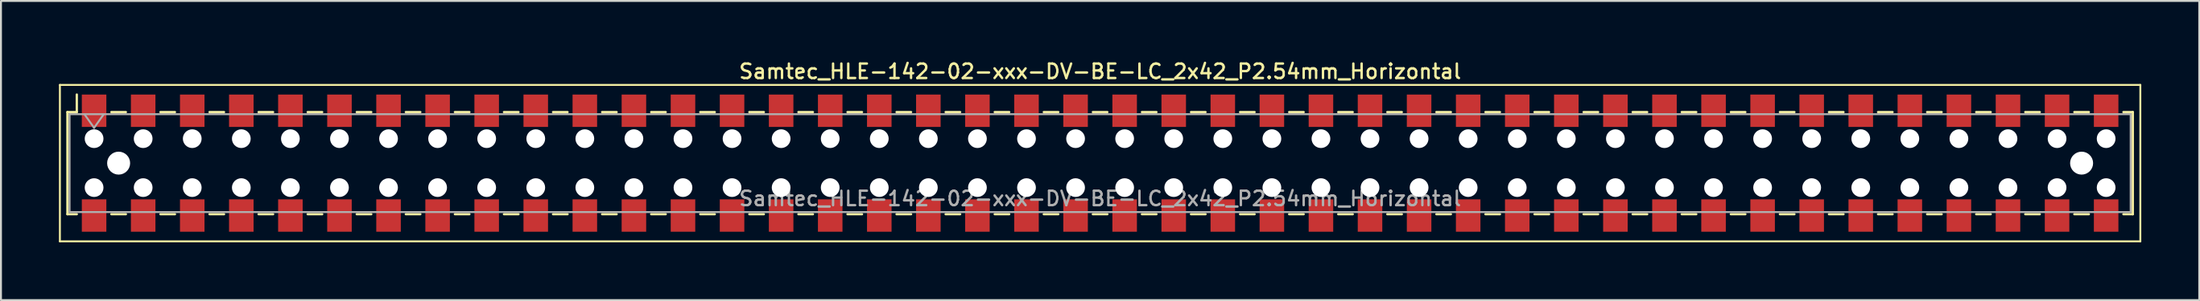
<source format=kicad_pcb>
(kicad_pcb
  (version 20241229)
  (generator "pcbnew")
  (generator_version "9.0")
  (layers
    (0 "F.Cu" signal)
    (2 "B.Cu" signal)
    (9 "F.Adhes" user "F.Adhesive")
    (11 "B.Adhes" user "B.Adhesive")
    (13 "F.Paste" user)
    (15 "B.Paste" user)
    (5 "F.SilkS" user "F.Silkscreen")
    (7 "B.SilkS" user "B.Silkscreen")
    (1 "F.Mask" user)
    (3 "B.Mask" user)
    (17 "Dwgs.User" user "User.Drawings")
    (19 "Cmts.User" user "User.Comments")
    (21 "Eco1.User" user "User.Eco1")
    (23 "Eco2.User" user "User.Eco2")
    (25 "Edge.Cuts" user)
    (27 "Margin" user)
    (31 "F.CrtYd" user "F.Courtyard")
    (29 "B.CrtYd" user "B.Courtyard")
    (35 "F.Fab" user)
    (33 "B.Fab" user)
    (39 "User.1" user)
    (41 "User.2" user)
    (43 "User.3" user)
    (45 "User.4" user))
  (footprint "Samtec_HLE-142-02-xxx-DV-BE-LC_2x42_P2.54mm_Horizontal"
    (layer "F.Cu")
    (at 53.89 5.418)
    (property "Reference" "Samtec_HLE-142-02-xxx-DV-BE-LC_2x42_P2.54mm_Horizontal" (at 0 -4.76 0) (layer "F.SilkS") (effects (font (size 0.75 0.75) (thickness 0.125))))
    (attr smd)
    (fp_line (start -53.84 -4.06) (end 53.84 -4.06) (stroke (width 0.1) (type solid)) (layer "F.SilkS"))
    (fp_line (start -53.84 4.06) (end -53.84 -4.06) (stroke (width 0.1) (type solid)) (layer "F.SilkS"))
    (fp_line (start -53.45 -2.65) (end -53.45 2.65) (stroke (width 0.12) (type solid)) (layer "F.SilkS"))
    (fp_line (start -53.45 2.65) (end -52.965 2.65) (stroke (width 0.12) (type solid)) (layer "F.SilkS"))
    (fp_line (start -52.965 -3.56) (end -52.965 -2.65) (stroke (width 0.12) (type solid)) (layer "F.SilkS"))
    (fp_line (start -52.965 -2.65) (end -53.45 -2.65) (stroke (width 0.12) (type solid)) (layer "F.SilkS"))
    (fp_line (start -51.175 -2.65) (end -50.425 -2.65) (stroke (width 0.12) (type solid)) (layer "F.SilkS"))
    (fp_line (start -51.175 2.65) (end -50.425 2.65) (stroke (width 0.12) (type solid)) (layer "F.SilkS"))
    (fp_line (start -48.635 -2.65) (end -47.885 -2.65) (stroke (width 0.12) (type solid)) (layer "F.SilkS"))
    (fp_line (start -48.635 2.65) (end -47.885 2.65) (stroke (width 0.12) (type solid)) (layer "F.SilkS"))
    (fp_line (start -46.095 -2.65) (end -45.345 -2.65) (stroke (width 0.12) (type solid)) (layer "F.SilkS"))
    (fp_line (start -46.095 2.65) (end -45.345 2.65) (stroke (width 0.12) (type solid)) (layer "F.SilkS"))
    (fp_line (start -43.555 -2.65) (end -42.805 -2.65) (stroke (width 0.12) (type solid)) (layer "F.SilkS"))
    (fp_line (start -43.555 2.65) (end -42.805 2.65) (stroke (width 0.12) (type solid)) (layer "F.SilkS"))
    (fp_line (start -41.015 -2.65) (end -40.265 -2.65) (stroke (width 0.12) (type solid)) (layer "F.SilkS"))
    (fp_line (start -41.015 2.65) (end -40.265 2.65) (stroke (width 0.12) (type solid)) (layer "F.SilkS"))
    (fp_line (start -38.475 -2.65) (end -37.725 -2.65) (stroke (width 0.12) (type solid)) (layer "F.SilkS"))
    (fp_line (start -38.475 2.65) (end -37.725 2.65) (stroke (width 0.12) (type solid)) (layer "F.SilkS"))
    (fp_line (start -35.935 -2.65) (end -35.185 -2.65) (stroke (width 0.12) (type solid)) (layer "F.SilkS"))
    (fp_line (start -35.935 2.65) (end -35.185 2.65) (stroke (width 0.12) (type solid)) (layer "F.SilkS"))
    (fp_line (start -33.395 -2.65) (end -32.645 -2.65) (stroke (width 0.12) (type solid)) (layer "F.SilkS"))
    (fp_line (start -33.395 2.65) (end -32.645 2.65) (stroke (width 0.12) (type solid)) (layer "F.SilkS"))
    (fp_line (start -30.855 -2.65) (end -30.105 -2.65) (stroke (width 0.12) (type solid)) (layer "F.SilkS"))
    (fp_line (start -30.855 2.65) (end -30.105 2.65) (stroke (width 0.12) (type solid)) (layer "F.SilkS"))
    (fp_line (start -28.315 -2.65) (end -27.565 -2.65) (stroke (width 0.12) (type solid)) (layer "F.SilkS"))
    (fp_line (start -28.315 2.65) (end -27.565 2.65) (stroke (width 0.12) (type solid)) (layer "F.SilkS"))
    (fp_line (start -25.775 -2.65) (end -25.025 -2.65) (stroke (width 0.12) (type solid)) (layer "F.SilkS"))
    (fp_line (start -25.775 2.65) (end -25.025 2.65) (stroke (width 0.12) (type solid)) (layer "F.SilkS"))
    (fp_line (start -23.235 -2.65) (end -22.485 -2.65) (stroke (width 0.12) (type solid)) (layer "F.SilkS"))
    (fp_line (start -23.235 2.65) (end -22.485 2.65) (stroke (width 0.12) (type solid)) (layer "F.SilkS"))
    (fp_line (start -20.695 -2.65) (end -19.945 -2.65) (stroke (width 0.12) (type solid)) (layer "F.SilkS"))
    (fp_line (start -20.695 2.65) (end -19.945 2.65) (stroke (width 0.12) (type solid)) (layer "F.SilkS"))
    (fp_line (start -18.155 -2.65) (end -17.405 -2.65) (stroke (width 0.12) (type solid)) (layer "F.SilkS"))
    (fp_line (start -18.155 2.65) (end -17.405 2.65) (stroke (width 0.12) (type solid)) (layer "F.SilkS"))
    (fp_line (start -15.615 -2.65) (end -14.865 -2.65) (stroke (width 0.12) (type solid)) (layer "F.SilkS"))
    (fp_line (start -15.615 2.65) (end -14.865 2.65) (stroke (width 0.12) (type solid)) (layer "F.SilkS"))
    (fp_line (start -13.075 -2.65) (end -12.325 -2.65) (stroke (width 0.12) (type solid)) (layer "F.SilkS"))
    (fp_line (start -13.075 2.65) (end -12.325 2.65) (stroke (width 0.12) (type solid)) (layer "F.SilkS"))
    (fp_line (start -10.535 -2.65) (end -9.785 -2.65) (stroke (width 0.12) (type solid)) (layer "F.SilkS"))
    (fp_line (start -10.535 2.65) (end -9.785 2.65) (stroke (width 0.12) (type solid)) (layer "F.SilkS"))
    (fp_line (start -7.995 -2.65) (end -7.245 -2.65) (stroke (width 0.12) (type solid)) (layer "F.SilkS"))
    (fp_line (start -7.995 2.65) (end -7.245 2.65) (stroke (width 0.12) (type solid)) (layer "F.SilkS"))
    (fp_line (start -5.455 -2.65) (end -4.705 -2.65) (stroke (width 0.12) (type solid)) (layer "F.SilkS"))
    (fp_line (start -5.455 2.65) (end -4.705 2.65) (stroke (width 0.12) (type solid)) (layer "F.SilkS"))
    (fp_line (start -2.915 -2.65) (end -2.165 -2.65) (stroke (width 0.12) (type solid)) (layer "F.SilkS"))
    (fp_line (start -2.915 2.65) (end -2.165 2.65) (stroke (width 0.12) (type solid)) (layer "F.SilkS"))
    (fp_line (start -0.375 -2.65) (end 0.375 -2.65) (stroke (width 0.12) (type solid)) (layer "F.SilkS"))
    (fp_line (start -0.375 2.65) (end 0.375 2.65) (stroke (width 0.12) (type solid)) (layer "F.SilkS"))
    (fp_line (start 2.165 -2.65) (end 2.915 -2.65) (stroke (width 0.12) (type solid)) (layer "F.SilkS"))
    (fp_line (start 2.165 2.65) (end 2.915 2.65) (stroke (width 0.12) (type solid)) (layer "F.SilkS"))
    (fp_line (start 4.705 -2.65) (end 5.455 -2.65) (stroke (width 0.12) (type solid)) (layer "F.SilkS"))
    (fp_line (start 4.705 2.65) (end 5.455 2.65) (stroke (width 0.12) (type solid)) (layer "F.SilkS"))
    (fp_line (start 7.245 -2.65) (end 7.995 -2.65) (stroke (width 0.12) (type solid)) (layer "F.SilkS"))
    (fp_line (start 7.245 2.65) (end 7.995 2.65) (stroke (width 0.12) (type solid)) (layer "F.SilkS"))
    (fp_line (start 9.785 -2.65) (end 10.535 -2.65) (stroke (width 0.12) (type solid)) (layer "F.SilkS"))
    (fp_line (start 9.785 2.65) (end 10.535 2.65) (stroke (width 0.12) (type solid)) (layer "F.SilkS"))
    (fp_line (start 12.325 -2.65) (end 13.075 -2.65) (stroke (width 0.12) (type solid)) (layer "F.SilkS"))
    (fp_line (start 12.325 2.65) (end 13.075 2.65) (stroke (width 0.12) (type solid)) (layer "F.SilkS"))
    (fp_line (start 14.865 -2.65) (end 15.615 -2.65) (stroke (width 0.12) (type solid)) (layer "F.SilkS"))
    (fp_line (start 14.865 2.65) (end 15.615 2.65) (stroke (width 0.12) (type solid)) (layer "F.SilkS"))
    (fp_line (start 17.405 -2.65) (end 18.155 -2.65) (stroke (width 0.12) (type solid)) (layer "F.SilkS"))
    (fp_line (start 17.405 2.65) (end 18.155 2.65) (stroke (width 0.12) (type solid)) (layer "F.SilkS"))
    (fp_line (start 19.945 -2.65) (end 20.695 -2.65) (stroke (width 0.12) (type solid)) (layer "F.SilkS"))
    (fp_line (start 19.945 2.65) (end 20.695 2.65) (stroke (width 0.12) (type solid)) (layer "F.SilkS"))
    (fp_line (start 22.485 -2.65) (end 23.235 -2.65) (stroke (width 0.12) (type solid)) (layer "F.SilkS"))
    (fp_line (start 22.485 2.65) (end 23.235 2.65) (stroke (width 0.12) (type solid)) (layer "F.SilkS"))
    (fp_line (start 25.025 -2.65) (end 25.775 -2.65) (stroke (width 0.12) (type solid)) (layer "F.SilkS"))
    (fp_line (start 25.025 2.65) (end 25.775 2.65) (stroke (width 0.12) (type solid)) (layer "F.SilkS"))
    (fp_line (start 27.565 -2.65) (end 28.315 -2.65) (stroke (width 0.12) (type solid)) (layer "F.SilkS"))
    (fp_line (start 27.565 2.65) (end 28.315 2.65) (stroke (width 0.12) (type solid)) (layer "F.SilkS"))
    (fp_line (start 30.105 -2.65) (end 30.855 -2.65) (stroke (width 0.12) (type solid)) (layer "F.SilkS"))
    (fp_line (start 30.105 2.65) (end 30.855 2.65) (stroke (width 0.12) (type solid)) (layer "F.SilkS"))
    (fp_line (start 32.645 -2.65) (end 33.395 -2.65) (stroke (width 0.12) (type solid)) (layer "F.SilkS"))
    (fp_line (start 32.645 2.65) (end 33.395 2.65) (stroke (width 0.12) (type solid)) (layer "F.SilkS"))
    (fp_line (start 35.185 -2.65) (end 35.935 -2.65) (stroke (width 0.12) (type solid)) (layer "F.SilkS"))
    (fp_line (start 35.185 2.65) (end 35.935 2.65) (stroke (width 0.12) (type solid)) (layer "F.SilkS"))
    (fp_line (start 37.725 -2.65) (end 38.475 -2.65) (stroke (width 0.12) (type solid)) (layer "F.SilkS"))
    (fp_line (start 37.725 2.65) (end 38.475 2.65) (stroke (width 0.12) (type solid)) (layer "F.SilkS"))
    (fp_line (start 40.265 -2.65) (end 41.015 -2.65) (stroke (width 0.12) (type solid)) (layer "F.SilkS"))
    (fp_line (start 40.265 2.65) (end 41.015 2.65) (stroke (width 0.12) (type solid)) (layer "F.SilkS"))
    (fp_line (start 42.805 -2.65) (end 43.555 -2.65) (stroke (width 0.12) (type solid)) (layer "F.SilkS"))
    (fp_line (start 42.805 2.65) (end 43.555 2.65) (stroke (width 0.12) (type solid)) (layer "F.SilkS"))
    (fp_line (start 45.345 -2.65) (end 46.095 -2.65) (stroke (width 0.12) (type solid)) (layer "F.SilkS"))
    (fp_line (start 45.345 2.65) (end 46.095 2.65) (stroke (width 0.12) (type solid)) (layer "F.SilkS"))
    (fp_line (start 47.885 -2.65) (end 48.635 -2.65) (stroke (width 0.12) (type solid)) (layer "F.SilkS"))
    (fp_line (start 47.885 2.65) (end 48.635 2.65) (stroke (width 0.12) (type solid)) (layer "F.SilkS"))
    (fp_line (start 50.425 -2.65) (end 51.175 -2.65) (stroke (width 0.12) (type solid)) (layer "F.SilkS"))
    (fp_line (start 50.425 2.65) (end 51.175 2.65) (stroke (width 0.12) (type solid)) (layer "F.SilkS"))
    (fp_line (start 52.965 -2.65) (end 53.45 -2.65) (stroke (width 0.12) (type solid)) (layer "F.SilkS"))
    (fp_line (start 53.45 -2.65) (end 53.45 2.65) (stroke (width 0.12) (type solid)) (layer "F.SilkS"))
    (fp_line (start 53.45 2.65) (end 52.965 2.65) (stroke (width 0.12) (type solid)) (layer "F.SilkS"))
    (fp_line (start 53.84 -4.06) (end 53.84 4.06) (stroke (width 0.1) (type solid)) (layer "F.SilkS"))
    (fp_line (start 53.84 4.06) (end -53.84 4.06) (stroke (width 0.1) (type solid)) (layer "F.SilkS"))
    (fp_line (start -53.34 -2.54) (end 53.34 -2.54) (stroke (width 0.1) (type solid)) (layer "F.Fab"))
    (fp_line (start -53.34 2.54) (end -53.34 -2.54) (stroke (width 0.1) (type solid)) (layer "F.Fab"))
    (fp_line (start -52.57 -2.54) (end -52.07 -1.833) (stroke (width 0.1) (type solid)) (layer "F.Fab"))
    (fp_line (start -52.07 -1.833) (end -51.57 -2.54) (stroke (width 0.1) (type solid)) (layer "F.Fab"))
    (fp_line (start 53.34 -2.54) (end 53.34 2.54) (stroke (width 0.1) (type solid)) (layer "F.Fab"))
    (fp_line (start 53.34 2.54) (end -53.34 2.54) (stroke (width 0.1) (type solid)) (layer "F.Fab"))
    (fp_text user "${REFERENCE}" (at 0 1.84 0) (layer "F.Fab") (effects (font (size 0.75 0.75) (thickness 0.125))))
    (pad "" np_thru_hole circle (at -52.07 -1.27) (size 0.97 0.97) (drill 0.97) (layers "*.Cu" "*.Mask"))
    (pad "" np_thru_hole circle (at -52.07 1.27) (size 0.97 0.97) (drill 0.97) (layers "*.Cu" "*.Mask"))
    (pad "" np_thru_hole circle (at -50.8 0) (size 1.19 1.19) (drill 1.19) (layers "*.Cu" "*.Mask"))
    (pad "" np_thru_hole circle (at -49.53 -1.27) (size 0.97 0.97) (drill 0.97) (layers "*.Cu" "*.Mask"))
    (pad "" np_thru_hole circle (at -49.53 1.27) (size 0.97 0.97) (drill 0.97) (layers "*.Cu" "*.Mask"))
    (pad "" np_thru_hole circle (at -46.99 -1.27) (size 0.97 0.97) (drill 0.97) (layers "*.Cu" "*.Mask"))
    (pad "" np_thru_hole circle (at -46.99 1.27) (size 0.97 0.97) (drill 0.97) (layers "*.Cu" "*.Mask"))
    (pad "" np_thru_hole circle (at -44.45 -1.27) (size 0.97 0.97) (drill 0.97) (layers "*.Cu" "*.Mask"))
    (pad "" np_thru_hole circle (at -44.45 1.27) (size 0.97 0.97) (drill 0.97) (layers "*.Cu" "*.Mask"))
    (pad "" np_thru_hole circle (at -41.91 -1.27) (size 0.97 0.97) (drill 0.97) (layers "*.Cu" "*.Mask"))
    (pad "" np_thru_hole circle (at -41.91 1.27) (size 0.97 0.97) (drill 0.97) (layers "*.Cu" "*.Mask"))
    (pad "" np_thru_hole circle (at -39.37 -1.27) (size 0.97 0.97) (drill 0.97) (layers "*.Cu" "*.Mask"))
    (pad "" np_thru_hole circle (at -39.37 1.27) (size 0.97 0.97) (drill 0.97) (layers "*.Cu" "*.Mask"))
    (pad "" np_thru_hole circle (at -36.83 -1.27) (size 0.97 0.97) (drill 0.97) (layers "*.Cu" "*.Mask"))
    (pad "" np_thru_hole circle (at -36.83 1.27) (size 0.97 0.97) (drill 0.97) (layers "*.Cu" "*.Mask"))
    (pad "" np_thru_hole circle (at -34.29 -1.27) (size 0.97 0.97) (drill 0.97) (layers "*.Cu" "*.Mask"))
    (pad "" np_thru_hole circle (at -34.29 1.27) (size 0.97 0.97) (drill 0.97) (layers "*.Cu" "*.Mask"))
    (pad "" np_thru_hole circle (at -31.75 -1.27) (size 0.97 0.97) (drill 0.97) (layers "*.Cu" "*.Mask"))
    (pad "" np_thru_hole circle (at -31.75 1.27) (size 0.97 0.97) (drill 0.97) (layers "*.Cu" "*.Mask"))
    (pad "" np_thru_hole circle (at -29.21 -1.27) (size 0.97 0.97) (drill 0.97) (layers "*.Cu" "*.Mask"))
    (pad "" np_thru_hole circle (at -29.21 1.27) (size 0.97 0.97) (drill 0.97) (layers "*.Cu" "*.Mask"))
    (pad "" np_thru_hole circle (at -26.67 -1.27) (size 0.97 0.97) (drill 0.97) (layers "*.Cu" "*.Mask"))
    (pad "" np_thru_hole circle (at -26.67 1.27) (size 0.97 0.97) (drill 0.97) (layers "*.Cu" "*.Mask"))
    (pad "" np_thru_hole circle (at -24.13 -1.27) (size 0.97 0.97) (drill 0.97) (layers "*.Cu" "*.Mask"))
    (pad "" np_thru_hole circle (at -24.13 1.27) (size 0.97 0.97) (drill 0.97) (layers "*.Cu" "*.Mask"))
    (pad "" np_thru_hole circle (at -21.59 -1.27) (size 0.97 0.97) (drill 0.97) (layers "*.Cu" "*.Mask"))
    (pad "" np_thru_hole circle (at -21.59 1.27) (size 0.97 0.97) (drill 0.97) (layers "*.Cu" "*.Mask"))
    (pad "" np_thru_hole circle (at -19.05 -1.27) (size 0.97 0.97) (drill 0.97) (layers "*.Cu" "*.Mask"))
    (pad "" np_thru_hole circle (at -19.05 1.27) (size 0.97 0.97) (drill 0.97) (layers "*.Cu" "*.Mask"))
    (pad "" np_thru_hole circle (at -16.51 -1.27) (size 0.97 0.97) (drill 0.97) (layers "*.Cu" "*.Mask"))
    (pad "" np_thru_hole circle (at -16.51 1.27) (size 0.97 0.97) (drill 0.97) (layers "*.Cu" "*.Mask"))
    (pad "" np_thru_hole circle (at -13.97 -1.27) (size 0.97 0.97) (drill 0.97) (layers "*.Cu" "*.Mask"))
    (pad "" np_thru_hole circle (at -13.97 1.27) (size 0.97 0.97) (drill 0.97) (layers "*.Cu" "*.Mask"))
    (pad "" np_thru_hole circle (at -11.43 -1.27) (size 0.97 0.97) (drill 0.97) (layers "*.Cu" "*.Mask"))
    (pad "" np_thru_hole circle (at -11.43 1.27) (size 0.97 0.97) (drill 0.97) (layers "*.Cu" "*.Mask"))
    (pad "" np_thru_hole circle (at -8.89 -1.27) (size 0.97 0.97) (drill 0.97) (layers "*.Cu" "*.Mask"))
    (pad "" np_thru_hole circle (at -8.89 1.27) (size 0.97 0.97) (drill 0.97) (layers "*.Cu" "*.Mask"))
    (pad "" np_thru_hole circle (at -6.35 -1.27) (size 0.97 0.97) (drill 0.97) (layers "*.Cu" "*.Mask"))
    (pad "" np_thru_hole circle (at -6.35 1.27) (size 0.97 0.97) (drill 0.97) (layers "*.Cu" "*.Mask"))
    (pad "" np_thru_hole circle (at -3.81 -1.27) (size 0.97 0.97) (drill 0.97) (layers "*.Cu" "*.Mask"))
    (pad "" np_thru_hole circle (at -3.81 1.27) (size 0.97 0.97) (drill 0.97) (layers "*.Cu" "*.Mask"))
    (pad "" np_thru_hole circle (at -1.27 -1.27) (size 0.97 0.97) (drill 0.97) (layers "*.Cu" "*.Mask"))
    (pad "" np_thru_hole circle (at -1.27 1.27) (size 0.97 0.97) (drill 0.97) (layers "*.Cu" "*.Mask"))
    (pad "" np_thru_hole circle (at 1.27 -1.27) (size 0.97 0.97) (drill 0.97) (layers "*.Cu" "*.Mask"))
    (pad "" np_thru_hole circle (at 1.27 1.27) (size 0.97 0.97) (drill 0.97) (layers "*.Cu" "*.Mask"))
    (pad "" np_thru_hole circle (at 3.81 -1.27) (size 0.97 0.97) (drill 0.97) (layers "*.Cu" "*.Mask"))
    (pad "" np_thru_hole circle (at 3.81 1.27) (size 0.97 0.97) (drill 0.97) (layers "*.Cu" "*.Mask"))
    (pad "" np_thru_hole circle (at 6.35 -1.27) (size 0.97 0.97) (drill 0.97) (layers "*.Cu" "*.Mask"))
    (pad "" np_thru_hole circle (at 6.35 1.27) (size 0.97 0.97) (drill 0.97) (layers "*.Cu" "*.Mask"))
    (pad "" np_thru_hole circle (at 8.89 -1.27) (size 0.97 0.97) (drill 0.97) (layers "*.Cu" "*.Mask"))
    (pad "" np_thru_hole circle (at 8.89 1.27) (size 0.97 0.97) (drill 0.97) (layers "*.Cu" "*.Mask"))
    (pad "" np_thru_hole circle (at 11.43 -1.27) (size 0.97 0.97) (drill 0.97) (layers "*.Cu" "*.Mask"))
    (pad "" np_thru_hole circle (at 11.43 1.27) (size 0.97 0.97) (drill 0.97) (layers "*.Cu" "*.Mask"))
    (pad "" np_thru_hole circle (at 13.97 -1.27) (size 0.97 0.97) (drill 0.97) (layers "*.Cu" "*.Mask"))
    (pad "" np_thru_hole circle (at 13.97 1.27) (size 0.97 0.97) (drill 0.97) (layers "*.Cu" "*.Mask"))
    (pad "" np_thru_hole circle (at 16.51 -1.27) (size 0.97 0.97) (drill 0.97) (layers "*.Cu" "*.Mask"))
    (pad "" np_thru_hole circle (at 16.51 1.27) (size 0.97 0.97) (drill 0.97) (layers "*.Cu" "*.Mask"))
    (pad "" np_thru_hole circle (at 19.05 -1.27) (size 0.97 0.97) (drill 0.97) (layers "*.Cu" "*.Mask"))
    (pad "" np_thru_hole circle (at 19.05 1.27) (size 0.97 0.97) (drill 0.97) (layers "*.Cu" "*.Mask"))
    (pad "" np_thru_hole circle (at 21.59 -1.27) (size 0.97 0.97) (drill 0.97) (layers "*.Cu" "*.Mask"))
    (pad "" np_thru_hole circle (at 21.59 1.27) (size 0.97 0.97) (drill 0.97) (layers "*.Cu" "*.Mask"))
    (pad "" np_thru_hole circle (at 24.13 -1.27) (size 0.97 0.97) (drill 0.97) (layers "*.Cu" "*.Mask"))
    (pad "" np_thru_hole circle (at 24.13 1.27) (size 0.97 0.97) (drill 0.97) (layers "*.Cu" "*.Mask"))
    (pad "" np_thru_hole circle (at 26.67 -1.27) (size 0.97 0.97) (drill 0.97) (layers "*.Cu" "*.Mask"))
    (pad "" np_thru_hole circle (at 26.67 1.27) (size 0.97 0.97) (drill 0.97) (layers "*.Cu" "*.Mask"))
    (pad "" np_thru_hole circle (at 29.21 -1.27) (size 0.97 0.97) (drill 0.97) (layers "*.Cu" "*.Mask"))
    (pad "" np_thru_hole circle (at 29.21 1.27) (size 0.97 0.97) (drill 0.97) (layers "*.Cu" "*.Mask"))
    (pad "" np_thru_hole circle (at 31.75 -1.27) (size 0.97 0.97) (drill 0.97) (layers "*.Cu" "*.Mask"))
    (pad "" np_thru_hole circle (at 31.75 1.27) (size 0.97 0.97) (drill 0.97) (layers "*.Cu" "*.Mask"))
    (pad "" np_thru_hole circle (at 34.29 -1.27) (size 0.97 0.97) (drill 0.97) (layers "*.Cu" "*.Mask"))
    (pad "" np_thru_hole circle (at 34.29 1.27) (size 0.97 0.97) (drill 0.97) (layers "*.Cu" "*.Mask"))
    (pad "" np_thru_hole circle (at 36.83 -1.27) (size 0.97 0.97) (drill 0.97) (layers "*.Cu" "*.Mask"))
    (pad "" np_thru_hole circle (at 36.83 1.27) (size 0.97 0.97) (drill 0.97) (layers "*.Cu" "*.Mask"))
    (pad "" np_thru_hole circle (at 39.37 -1.27) (size 0.97 0.97) (drill 0.97) (layers "*.Cu" "*.Mask"))
    (pad "" np_thru_hole circle (at 39.37 1.27) (size 0.97 0.97) (drill 0.97) (layers "*.Cu" "*.Mask"))
    (pad "" np_thru_hole circle (at 41.91 -1.27) (size 0.97 0.97) (drill 0.97) (layers "*.Cu" "*.Mask"))
    (pad "" np_thru_hole circle (at 41.91 1.27) (size 0.97 0.97) (drill 0.97) (layers "*.Cu" "*.Mask"))
    (pad "" np_thru_hole circle (at 44.45 -1.27) (size 0.97 0.97) (drill 0.97) (layers "*.Cu" "*.Mask"))
    (pad "" np_thru_hole circle (at 44.45 1.27) (size 0.97 0.97) (drill 0.97) (layers "*.Cu" "*.Mask"))
    (pad "" np_thru_hole circle (at 46.99 -1.27) (size 0.97 0.97) (drill 0.97) (layers "*.Cu" "*.Mask"))
    (pad "" np_thru_hole circle (at 46.99 1.27) (size 0.97 0.97) (drill 0.97) (layers "*.Cu" "*.Mask"))
    (pad "" np_thru_hole circle (at 49.53 -1.27) (size 0.97 0.97) (drill 0.97) (layers "*.Cu" "*.Mask"))
    (pad "" np_thru_hole circle (at 49.53 1.27) (size 0.97 0.97) (drill 0.97) (layers "*.Cu" "*.Mask"))
    (pad "" np_thru_hole circle (at 50.8 0) (size 1.19 1.19) (drill 1.19) (layers "*.Cu" "*.Mask"))
    (pad "" np_thru_hole circle (at 52.07 -1.27) (size 0.97 0.97) (drill 0.97) (layers "*.Cu" "*.Mask"))
    (pad "" np_thru_hole circle (at 52.07 1.27) (size 0.97 0.97) (drill 0.97) (layers "*.Cu" "*.Mask"))
    (pad "1" smd rect (at -52.07 -2.72) (size 1.27 1.68) (layers "F.Cu" "F.Mask" "F.Paste"))
    (pad "2" smd rect (at -52.07 2.72) (size 1.27 1.68) (layers "F.Cu" "F.Mask" "F.Paste"))
    (pad "3" smd rect (at -49.53 -2.72) (size 1.27 1.68) (layers "F.Cu" "F.Mask" "F.Paste"))
    (pad "4" smd rect (at -49.53 2.72) (size 1.27 1.68) (layers "F.Cu" "F.Mask" "F.Paste"))
    (pad "5" smd rect (at -46.99 -2.72) (size 1.27 1.68) (layers "F.Cu" "F.Mask" "F.Paste"))
    (pad "6" smd rect (at -46.99 2.72) (size 1.27 1.68) (layers "F.Cu" "F.Mask" "F.Paste"))
    (pad "7" smd rect (at -44.45 -2.72) (size 1.27 1.68) (layers "F.Cu" "F.Mask" "F.Paste"))
    (pad "8" smd rect (at -44.45 2.72) (size 1.27 1.68) (layers "F.Cu" "F.Mask" "F.Paste"))
    (pad "9" smd rect (at -41.91 -2.72) (size 1.27 1.68) (layers "F.Cu" "F.Mask" "F.Paste"))
    (pad "10" smd rect (at -41.91 2.72) (size 1.27 1.68) (layers "F.Cu" "F.Mask" "F.Paste"))
    (pad "11" smd rect (at -39.37 -2.72) (size 1.27 1.68) (layers "F.Cu" "F.Mask" "F.Paste"))
    (pad "12" smd rect (at -39.37 2.72) (size 1.27 1.68) (layers "F.Cu" "F.Mask" "F.Paste"))
    (pad "13" smd rect (at -36.83 -2.72) (size 1.27 1.68) (layers "F.Cu" "F.Mask" "F.Paste"))
    (pad "14" smd rect (at -36.83 2.72) (size 1.27 1.68) (layers "F.Cu" "F.Mask" "F.Paste"))
    (pad "15" smd rect (at -34.29 -2.72) (size 1.27 1.68) (layers "F.Cu" "F.Mask" "F.Paste"))
    (pad "16" smd rect (at -34.29 2.72) (size 1.27 1.68) (layers "F.Cu" "F.Mask" "F.Paste"))
    (pad "17" smd rect (at -31.75 -2.72) (size 1.27 1.68) (layers "F.Cu" "F.Mask" "F.Paste"))
    (pad "18" smd rect (at -31.75 2.72) (size 1.27 1.68) (layers "F.Cu" "F.Mask" "F.Paste"))
    (pad "19" smd rect (at -29.21 -2.72) (size 1.27 1.68) (layers "F.Cu" "F.Mask" "F.Paste"))
    (pad "20" smd rect (at -29.21 2.72) (size 1.27 1.68) (layers "F.Cu" "F.Mask" "F.Paste"))
    (pad "21" smd rect (at -26.67 -2.72) (size 1.27 1.68) (layers "F.Cu" "F.Mask" "F.Paste"))
    (pad "22" smd rect (at -26.67 2.72) (size 1.27 1.68) (layers "F.Cu" "F.Mask" "F.Paste"))
    (pad "23" smd rect (at -24.13 -2.72) (size 1.27 1.68) (layers "F.Cu" "F.Mask" "F.Paste"))
    (pad "24" smd rect (at -24.13 2.72) (size 1.27 1.68) (layers "F.Cu" "F.Mask" "F.Paste"))
    (pad "25" smd rect (at -21.59 -2.72) (size 1.27 1.68) (layers "F.Cu" "F.Mask" "F.Paste"))
    (pad "26" smd rect (at -21.59 2.72) (size 1.27 1.68) (layers "F.Cu" "F.Mask" "F.Paste"))
    (pad "27" smd rect (at -19.05 -2.72) (size 1.27 1.68) (layers "F.Cu" "F.Mask" "F.Paste"))
    (pad "28" smd rect (at -19.05 2.72) (size 1.27 1.68) (layers "F.Cu" "F.Mask" "F.Paste"))
    (pad "29" smd rect (at -16.51 -2.72) (size 1.27 1.68) (layers "F.Cu" "F.Mask" "F.Paste"))
    (pad "30" smd rect (at -16.51 2.72) (size 1.27 1.68) (layers "F.Cu" "F.Mask" "F.Paste"))
    (pad "31" smd rect (at -13.97 -2.72) (size 1.27 1.68) (layers "F.Cu" "F.Mask" "F.Paste"))
    (pad "32" smd rect (at -13.97 2.72) (size 1.27 1.68) (layers "F.Cu" "F.Mask" "F.Paste"))
    (pad "33" smd rect (at -11.43 -2.72) (size 1.27 1.68) (layers "F.Cu" "F.Mask" "F.Paste"))
    (pad "34" smd rect (at -11.43 2.72) (size 1.27 1.68) (layers "F.Cu" "F.Mask" "F.Paste"))
    (pad "35" smd rect (at -8.89 -2.72) (size 1.27 1.68) (layers "F.Cu" "F.Mask" "F.Paste"))
    (pad "36" smd rect (at -8.89 2.72) (size 1.27 1.68) (layers "F.Cu" "F.Mask" "F.Paste"))
    (pad "37" smd rect (at -6.35 -2.72) (size 1.27 1.68) (layers "F.Cu" "F.Mask" "F.Paste"))
    (pad "38" smd rect (at -6.35 2.72) (size 1.27 1.68) (layers "F.Cu" "F.Mask" "F.Paste"))
    (pad "39" smd rect (at -3.81 -2.72) (size 1.27 1.68) (layers "F.Cu" "F.Mask" "F.Paste"))
    (pad "40" smd rect (at -3.81 2.72) (size 1.27 1.68) (layers "F.Cu" "F.Mask" "F.Paste"))
    (pad "41" smd rect (at -1.27 -2.72) (size 1.27 1.68) (layers "F.Cu" "F.Mask" "F.Paste"))
    (pad "42" smd rect (at -1.27 2.72) (size 1.27 1.68) (layers "F.Cu" "F.Mask" "F.Paste"))
    (pad "43" smd rect (at 1.27 -2.72) (size 1.27 1.68) (layers "F.Cu" "F.Mask" "F.Paste"))
    (pad "44" smd rect (at 1.27 2.72) (size 1.27 1.68) (layers "F.Cu" "F.Mask" "F.Paste"))
    (pad "45" smd rect (at 3.81 -2.72) (size 1.27 1.68) (layers "F.Cu" "F.Mask" "F.Paste"))
    (pad "46" smd rect (at 3.81 2.72) (size 1.27 1.68) (layers "F.Cu" "F.Mask" "F.Paste"))
    (pad "47" smd rect (at 6.35 -2.72) (size 1.27 1.68) (layers "F.Cu" "F.Mask" "F.Paste"))
    (pad "48" smd rect (at 6.35 2.72) (size 1.27 1.68) (layers "F.Cu" "F.Mask" "F.Paste"))
    (pad "49" smd rect (at 8.89 -2.72) (size 1.27 1.68) (layers "F.Cu" "F.Mask" "F.Paste"))
    (pad "50" smd rect (at 8.89 2.72) (size 1.27 1.68) (layers "F.Cu" "F.Mask" "F.Paste"))
    (pad "51" smd rect (at 11.43 -2.72) (size 1.27 1.68) (layers "F.Cu" "F.Mask" "F.Paste"))
    (pad "52" smd rect (at 11.43 2.72) (size 1.27 1.68) (layers "F.Cu" "F.Mask" "F.Paste"))
    (pad "53" smd rect (at 13.97 -2.72) (size 1.27 1.68) (layers "F.Cu" "F.Mask" "F.Paste"))
    (pad "54" smd rect (at 13.97 2.72) (size 1.27 1.68) (layers "F.Cu" "F.Mask" "F.Paste"))
    (pad "55" smd rect (at 16.51 -2.72) (size 1.27 1.68) (layers "F.Cu" "F.Mask" "F.Paste"))
    (pad "56" smd rect (at 16.51 2.72) (size 1.27 1.68) (layers "F.Cu" "F.Mask" "F.Paste"))
    (pad "57" smd rect (at 19.05 -2.72) (size 1.27 1.68) (layers "F.Cu" "F.Mask" "F.Paste"))
    (pad "58" smd rect (at 19.05 2.72) (size 1.27 1.68) (layers "F.Cu" "F.Mask" "F.Paste"))
    (pad "59" smd rect (at 21.59 -2.72) (size 1.27 1.68) (layers "F.Cu" "F.Mask" "F.Paste"))
    (pad "60" smd rect (at 21.59 2.72) (size 1.27 1.68) (layers "F.Cu" "F.Mask" "F.Paste"))
    (pad "61" smd rect (at 24.13 -2.72) (size 1.27 1.68) (layers "F.Cu" "F.Mask" "F.Paste"))
    (pad "62" smd rect (at 24.13 2.72) (size 1.27 1.68) (layers "F.Cu" "F.Mask" "F.Paste"))
    (pad "63" smd rect (at 26.67 -2.72) (size 1.27 1.68) (layers "F.Cu" "F.Mask" "F.Paste"))
    (pad "64" smd rect (at 26.67 2.72) (size 1.27 1.68) (layers "F.Cu" "F.Mask" "F.Paste"))
    (pad "65" smd rect (at 29.21 -2.72) (size 1.27 1.68) (layers "F.Cu" "F.Mask" "F.Paste"))
    (pad "66" smd rect (at 29.21 2.72) (size 1.27 1.68) (layers "F.Cu" "F.Mask" "F.Paste"))
    (pad "67" smd rect (at 31.75 -2.72) (size 1.27 1.68) (layers "F.Cu" "F.Mask" "F.Paste"))
    (pad "68" smd rect (at 31.75 2.72) (size 1.27 1.68) (layers "F.Cu" "F.Mask" "F.Paste"))
    (pad "69" smd rect (at 34.29 -2.72) (size 1.27 1.68) (layers "F.Cu" "F.Mask" "F.Paste"))
    (pad "70" smd rect (at 34.29 2.72) (size 1.27 1.68) (layers "F.Cu" "F.Mask" "F.Paste"))
    (pad "71" smd rect (at 36.83 -2.72) (size 1.27 1.68) (layers "F.Cu" "F.Mask" "F.Paste"))
    (pad "72" smd rect (at 36.83 2.72) (size 1.27 1.68) (layers "F.Cu" "F.Mask" "F.Paste"))
    (pad "73" smd rect (at 39.37 -2.72) (size 1.27 1.68) (layers "F.Cu" "F.Mask" "F.Paste"))
    (pad "74" smd rect (at 39.37 2.72) (size 1.27 1.68) (layers "F.Cu" "F.Mask" "F.Paste"))
    (pad "75" smd rect (at 41.91 -2.72) (size 1.27 1.68) (layers "F.Cu" "F.Mask" "F.Paste"))
    (pad "76" smd rect (at 41.91 2.72) (size 1.27 1.68) (layers "F.Cu" "F.Mask" "F.Paste"))
    (pad "77" smd rect (at 44.45 -2.72) (size 1.27 1.68) (layers "F.Cu" "F.Mask" "F.Paste"))
    (pad "78" smd rect (at 44.45 2.72) (size 1.27 1.68) (layers "F.Cu" "F.Mask" "F.Paste"))
    (pad "79" smd rect (at 46.99 -2.72) (size 1.27 1.68) (layers "F.Cu" "F.Mask" "F.Paste"))
    (pad "80" smd rect (at 46.99 2.72) (size 1.27 1.68) (layers "F.Cu" "F.Mask" "F.Paste"))
    (pad "81" smd rect (at 49.53 -2.72) (size 1.27 1.68) (layers "F.Cu" "F.Mask" "F.Paste"))
    (pad "82" smd rect (at 49.53 2.72) (size 1.27 1.68) (layers "F.Cu" "F.Mask" "F.Paste"))
    (pad "83" smd rect (at 52.07 -2.72) (size 1.27 1.68) (layers "F.Cu" "F.Mask" "F.Paste"))
    (pad "84" smd rect (at 52.07 2.72) (size 1.27 1.68) (layers "F.Cu" "F.Mask" "F.Paste")))
  (gr_rect
    (start -3 -3)
    (end 110.78 12.528)
    (stroke (width 0.1) (type default))
    (fill no)
    (layer "Edge.Cuts")))
</source>
